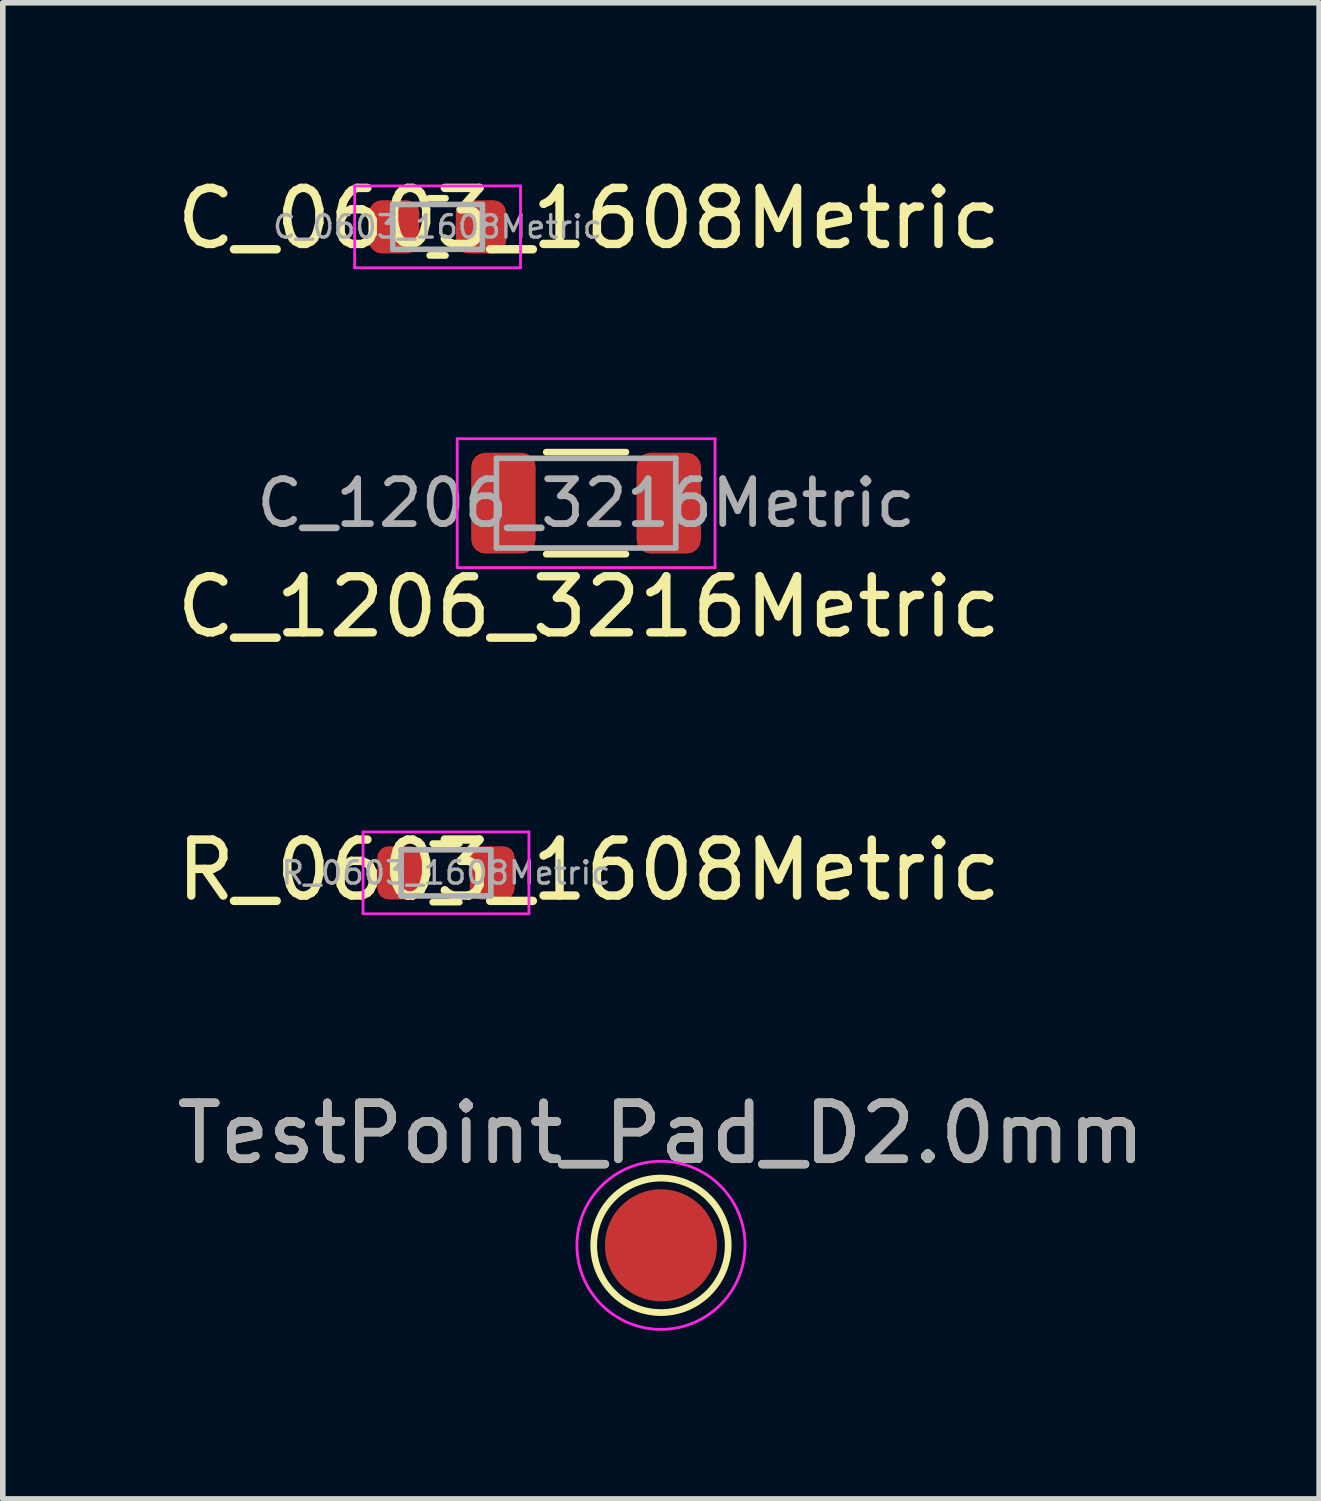
<source format=kicad_pcb>
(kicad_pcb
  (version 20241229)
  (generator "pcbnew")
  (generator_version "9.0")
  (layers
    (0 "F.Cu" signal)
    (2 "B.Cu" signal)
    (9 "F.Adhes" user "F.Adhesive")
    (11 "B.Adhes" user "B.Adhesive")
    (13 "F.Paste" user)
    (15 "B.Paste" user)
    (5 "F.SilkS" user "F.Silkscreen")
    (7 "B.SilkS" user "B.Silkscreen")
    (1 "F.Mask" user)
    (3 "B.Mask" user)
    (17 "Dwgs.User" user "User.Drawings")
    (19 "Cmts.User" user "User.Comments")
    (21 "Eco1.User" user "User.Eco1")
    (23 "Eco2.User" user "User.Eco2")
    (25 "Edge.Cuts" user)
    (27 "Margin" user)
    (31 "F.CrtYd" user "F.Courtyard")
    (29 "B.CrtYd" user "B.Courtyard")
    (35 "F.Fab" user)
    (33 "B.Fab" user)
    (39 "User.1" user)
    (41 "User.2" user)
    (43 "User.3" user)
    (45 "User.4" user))
  (footprint "R_0603_1608Metric"
    (layer "F.Cu")
    (at 4.908 12.525)
    (property "Reference" "R_0603_1608Metric" (at 2.55 -0.05 0) (layer "F.SilkS") (effects (font (size 1 1) (thickness 0.15))))
    (attr smd)
    (fp_line (start -0.237 -0.522) (end 0.237 -0.522) (stroke (width 0.12) (type solid)) (layer "F.SilkS"))
    (fp_line (start -0.237 0.522) (end 0.237 0.522) (stroke (width 0.12) (type solid)) (layer "F.SilkS"))
    (fp_line (start -1.48 -0.73) (end 1.48 -0.73) (stroke (width 0.05) (type solid)) (layer "F.CrtYd"))
    (fp_line (start -1.48 0.73) (end -1.48 -0.73) (stroke (width 0.05) (type solid)) (layer "F.CrtYd"))
    (fp_line (start 1.48 -0.73) (end 1.48 0.73) (stroke (width 0.05) (type solid)) (layer "F.CrtYd"))
    (fp_line (start 1.48 0.73) (end -1.48 0.73) (stroke (width 0.05) (type solid)) (layer "F.CrtYd"))
    (fp_line (start -0.8 -0.412) (end 0.8 -0.412) (stroke (width 0.1) (type solid)) (layer "F.Fab"))
    (fp_line (start -0.8 0.412) (end -0.8 -0.412) (stroke (width 0.1) (type solid)) (layer "F.Fab"))
    (fp_line (start 0.8 -0.412) (end 0.8 0.412) (stroke (width 0.1) (type solid)) (layer "F.Fab"))
    (fp_line (start 0.8 0.412) (end -0.8 0.412) (stroke (width 0.1) (type solid)) (layer "F.Fab"))
    (fp_text user "${REFERENCE}" (at 0 0 0) (layer "F.Fab") (effects (font (size 0.4 0.4) (thickness 0.06))))
    (pad "1" smd roundrect (at -0.825 0) (size 0.8 0.95) (layers "F.Cu" "F.Mask" "F.Paste") (roundrect_rratio 0.25))
    (pad "2" smd roundrect (at 0.825 0) (size 0.8 0.95) (layers "F.Cu" "F.Mask" "F.Paste") (roundrect_rratio 0.25)))
  (footprint "C_1206_3216Metric"
    (layer "F.Cu")
    (at 7.408 5.928)
    (property "Reference" "C_1206_3216Metric" (at 0.05 1.85 0) (layer "F.SilkS") (effects (font (size 1 1) (thickness 0.15))))
    (attr smd)
    (fp_line (start -0.711 -0.91) (end 0.711 -0.91) (stroke (width 0.12) (type solid)) (layer "F.SilkS"))
    (fp_line (start -0.711 0.91) (end 0.711 0.91) (stroke (width 0.12) (type solid)) (layer "F.SilkS"))
    (fp_line (start -2.3 -1.15) (end 2.3 -1.15) (stroke (width 0.05) (type solid)) (layer "F.CrtYd"))
    (fp_line (start -2.3 1.15) (end -2.3 -1.15) (stroke (width 0.05) (type solid)) (layer "F.CrtYd"))
    (fp_line (start 2.3 -1.15) (end 2.3 1.15) (stroke (width 0.05) (type solid)) (layer "F.CrtYd"))
    (fp_line (start 2.3 1.15) (end -2.3 1.15) (stroke (width 0.05) (type solid)) (layer "F.CrtYd"))
    (fp_line (start -1.6 -0.8) (end 1.6 -0.8) (stroke (width 0.1) (type solid)) (layer "F.Fab"))
    (fp_line (start -1.6 0.8) (end -1.6 -0.8) (stroke (width 0.1) (type solid)) (layer "F.Fab"))
    (fp_line (start 1.6 -0.8) (end 1.6 0.8) (stroke (width 0.1) (type solid)) (layer "F.Fab"))
    (fp_line (start 1.6 0.8) (end -1.6 0.8) (stroke (width 0.1) (type solid)) (layer "F.Fab"))
    (fp_text user "${REFERENCE}" (at 0 0 0) (layer "F.Fab") (effects (font (size 0.8 0.8) (thickness 0.12))))
    (pad "1" smd roundrect (at -1.475 0) (size 1.15 1.8) (layers "F.Cu" "F.Mask" "F.Paste") (roundrect_rratio 0.217))
    (pad "2" smd roundrect (at 1.475 0) (size 1.15 1.8) (layers "F.Cu" "F.Mask" "F.Paste") (roundrect_rratio 0.217)))
  (footprint "C_0603_1608Metric"
    (layer "F.Cu")
    (at 4.758 0.998)
    (property "Reference" "C_0603_1608Metric" (at 2.7 -0.15 0) (layer "F.SilkS") (effects (font (size 1 1) (thickness 0.15))))
    (attr smd)
    (fp_line (start -0.141 -0.51) (end 0.141 -0.51) (stroke (width 0.12) (type solid)) (layer "F.SilkS"))
    (fp_line (start -0.141 0.51) (end 0.141 0.51) (stroke (width 0.12) (type solid)) (layer "F.SilkS"))
    (fp_line (start -1.48 -0.73) (end 1.48 -0.73) (stroke (width 0.05) (type solid)) (layer "F.CrtYd"))
    (fp_line (start -1.48 0.73) (end -1.48 -0.73) (stroke (width 0.05) (type solid)) (layer "F.CrtYd"))
    (fp_line (start 1.48 -0.73) (end 1.48 0.73) (stroke (width 0.05) (type solid)) (layer "F.CrtYd"))
    (fp_line (start 1.48 0.73) (end -1.48 0.73) (stroke (width 0.05) (type solid)) (layer "F.CrtYd"))
    (fp_line (start -0.8 -0.4) (end 0.8 -0.4) (stroke (width 0.1) (type solid)) (layer "F.Fab"))
    (fp_line (start -0.8 0.4) (end -0.8 -0.4) (stroke (width 0.1) (type solid)) (layer "F.Fab"))
    (fp_line (start 0.8 -0.4) (end 0.8 0.4) (stroke (width 0.1) (type solid)) (layer "F.Fab"))
    (fp_line (start 0.8 0.4) (end -0.8 0.4) (stroke (width 0.1) (type solid)) (layer "F.Fab"))
    (fp_text user "${REFERENCE}" (at 0 0 0) (layer "F.Fab") (effects (font (size 0.4 0.4) (thickness 0.06))))
    (pad "1" smd roundrect (at -0.775 0) (size 0.9 0.95) (layers "F.Cu" "F.Mask" "F.Paste") (roundrect_rratio 0.25))
    (pad "2" smd roundrect (at 0.775 0) (size 0.9 0.95) (layers "F.Cu" "F.Mask" "F.Paste") (roundrect_rratio 0.25)))
  (footprint "TestPoint_Pad_D2.0mm"
    (layer "F.Cu")
    (at 8.744 19.171)
    (property "Reference" "TestPoint_Pad_D2.0mm" (at 0 -1.998 0) (layer "F.SilkS") (effects (font (size 1 1) (thickness 0.15))))
    (attr exclude_from_pos_files)
    (fp_circle (center 0 0) (end 0 1.2) (stroke (width 0.12) (type solid)) (fill no) (layer "F.SilkS"))
    (fp_circle (center 0 0) (end 1.5 0) (stroke (width 0.05) (type solid)) (fill no) (layer "F.CrtYd"))
    (fp_text user "${REFERENCE}" (at 0 -2 0) (layer "F.Fab") (effects (font (size 1 1) (thickness 0.15))))
    (pad "1" smd circle (at 0 0) (size 2 2) (layers "F.Cu" "F.Mask")))
  (gr_rect
    (start -3 -3)
    (end 20.488 23.696)
    (stroke (width 0.1) (type default))
    (fill no)
    (layer "Edge.Cuts")))
</source>
